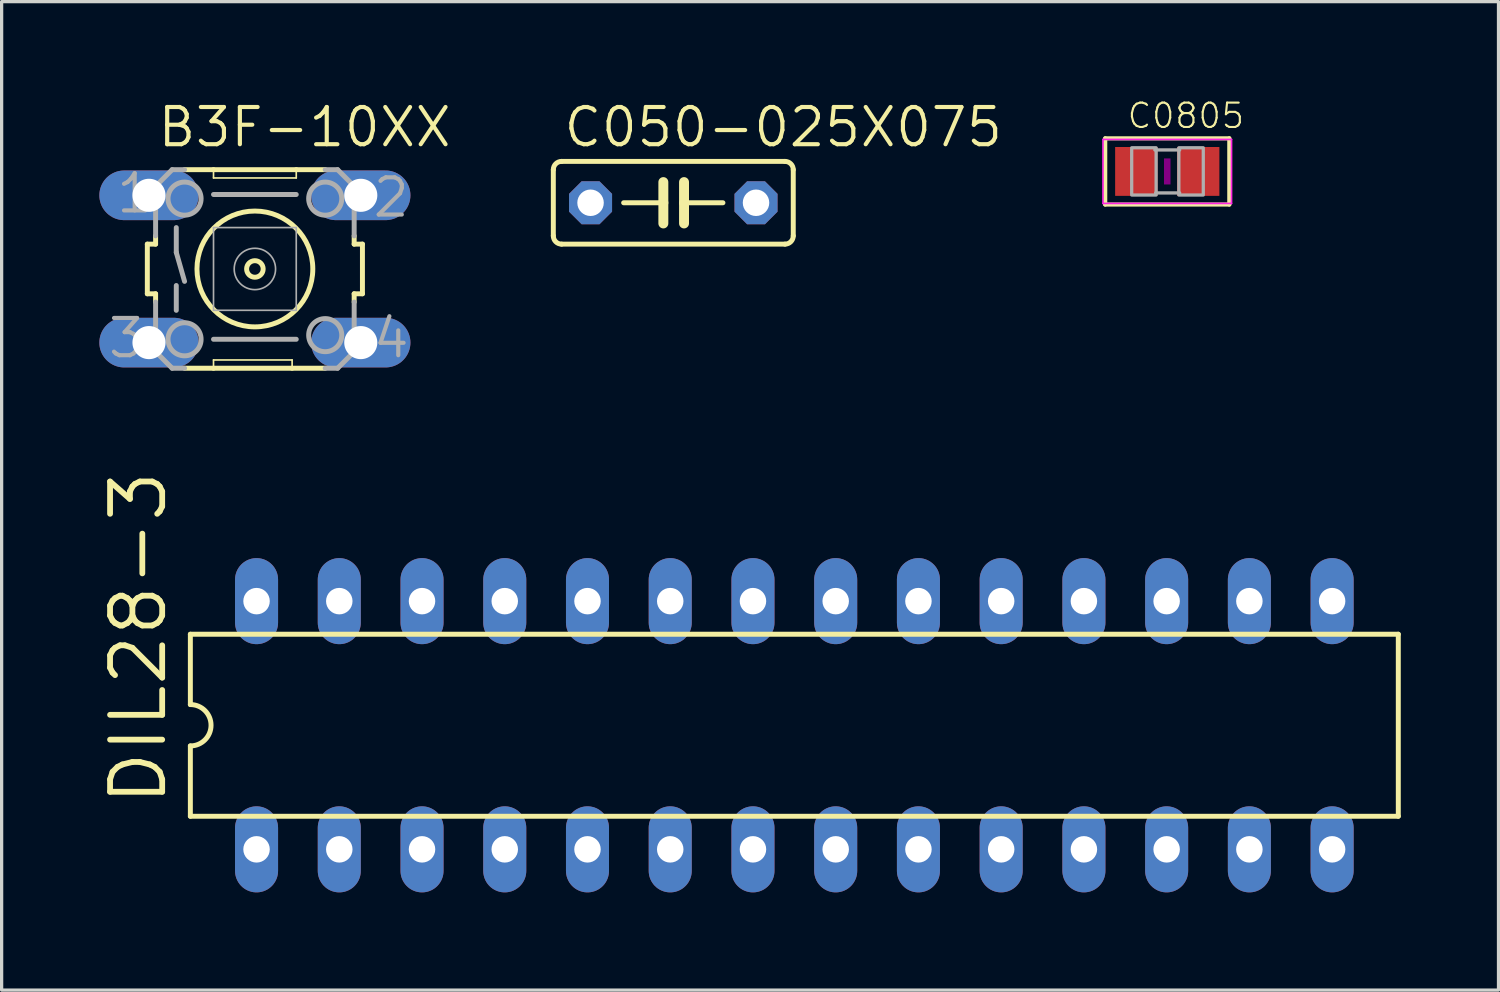
<source format=kicad_pcb>
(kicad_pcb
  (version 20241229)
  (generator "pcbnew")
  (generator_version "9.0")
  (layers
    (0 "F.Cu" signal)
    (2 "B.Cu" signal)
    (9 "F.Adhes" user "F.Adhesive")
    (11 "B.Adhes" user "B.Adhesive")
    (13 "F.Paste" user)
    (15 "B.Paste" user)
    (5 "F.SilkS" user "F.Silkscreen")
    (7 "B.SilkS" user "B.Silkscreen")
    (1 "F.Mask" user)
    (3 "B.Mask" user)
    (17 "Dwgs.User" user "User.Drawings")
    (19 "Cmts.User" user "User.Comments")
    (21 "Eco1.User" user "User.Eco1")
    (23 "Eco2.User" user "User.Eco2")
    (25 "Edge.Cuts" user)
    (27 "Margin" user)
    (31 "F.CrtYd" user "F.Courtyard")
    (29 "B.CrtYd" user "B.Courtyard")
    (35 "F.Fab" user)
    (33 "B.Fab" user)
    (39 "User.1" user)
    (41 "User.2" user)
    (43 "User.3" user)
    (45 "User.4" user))
  (footprint "B3F-10XX"
    (layer "F.Cu")
    (at 4.775 5.207)
    (property "Reference" "B3F-10XX" (at -3.048 -3.683 0) (layer "F.SilkS") (effects (font (size 1.143 1.143) (thickness 0.127)) (justify left bottom)))
    (fp_line (start -3.302 -0.762) (end -3.302 0.762) (stroke (width 0.152) (type solid)) (layer "F.SilkS"))
    (fp_line (start -3.302 -0.762) (end -3.048 -0.762) (stroke (width 0.152) (type solid)) (layer "F.SilkS"))
    (fp_line (start -3.048 -0.762) (end -3.048 -1.016) (stroke (width 0.152) (type solid)) (layer "F.SilkS"))
    (fp_line (start -3.048 0.762) (end -3.302 0.762) (stroke (width 0.152) (type solid)) (layer "F.SilkS"))
    (fp_line (start -3.048 0.762) (end -3.048 1.016) (stroke (width 0.152) (type solid)) (layer "F.SilkS"))
    (fp_line (start -2.159 3.048) (end -1.27 3.048) (stroke (width 0.152) (type solid)) (layer "F.SilkS"))
    (fp_line (start -1.27 -3.048) (end -2.159 -3.048) (stroke (width 0.152) (type solid)) (layer "F.SilkS"))
    (fp_line (start -1.27 -3.048) (end -1.27 -2.794) (stroke (width 0.051) (type solid)) (layer "F.SilkS"))
    (fp_line (start -1.27 2.794) (end -1.27 3.048) (stroke (width 0.051) (type solid)) (layer "F.SilkS"))
    (fp_line (start -1.27 3.048) (end 1.143 3.048) (stroke (width 0.152) (type solid)) (layer "F.SilkS"))
    (fp_line (start 1.143 2.794) (end -1.27 2.794) (stroke (width 0.051) (type solid)) (layer "F.SilkS"))
    (fp_line (start 1.143 2.794) (end 1.143 3.048) (stroke (width 0.051) (type solid)) (layer "F.SilkS"))
    (fp_line (start 1.143 3.048) (end 2.159 3.048) (stroke (width 0.152) (type solid)) (layer "F.SilkS"))
    (fp_line (start 1.27 -3.048) (end -1.27 -3.048) (stroke (width 0.152) (type solid)) (layer "F.SilkS"))
    (fp_line (start 1.27 -2.794) (end -1.27 -2.794) (stroke (width 0.051) (type solid)) (layer "F.SilkS"))
    (fp_line (start 1.27 -2.794) (end 1.27 -3.048) (stroke (width 0.051) (type solid)) (layer "F.SilkS"))
    (fp_line (start 2.159 -3.048) (end 1.27 -3.048) (stroke (width 0.152) (type solid)) (layer "F.SilkS"))
    (fp_line (start 3.048 -0.762) (end 3.048 -1.016) (stroke (width 0.152) (type solid)) (layer "F.SilkS"))
    (fp_line (start 3.048 -0.762) (end 3.302 -0.762) (stroke (width 0.152) (type solid)) (layer "F.SilkS"))
    (fp_line (start 3.048 0.762) (end 3.048 1.016) (stroke (width 0.152) (type solid)) (layer "F.SilkS"))
    (fp_line (start 3.302 0.762) (end 3.048 0.762) (stroke (width 0.152) (type solid)) (layer "F.SilkS"))
    (fp_line (start 3.302 0.762) (end 3.302 -0.762) (stroke (width 0.152) (type solid)) (layer "F.SilkS"))
    (fp_circle (center 0 0) (end 0.254 0) (stroke (width 0.152) (type solid)) (fill no) (layer "F.SilkS"))
    (fp_circle (center 0 0) (end 1.778 0) (stroke (width 0.152) (type solid)) (fill no) (layer "F.SilkS"))
    (fp_line (start -3.048 -2.54) (end -3.048 -1.016) (stroke (width 0.152) (type solid)) (layer "F.Fab"))
    (fp_line (start -3.048 2.54) (end -3.048 1.016) (stroke (width 0.152) (type solid)) (layer "F.Fab"))
    (fp_line (start -2.54 -3.048) (end -3.048 -2.54) (stroke (width 0.152) (type solid)) (layer "F.Fab"))
    (fp_line (start -2.54 -3.048) (end -2.159 -3.048) (stroke (width 0.152) (type solid)) (layer "F.Fab"))
    (fp_line (start -2.54 3.048) (end -3.048 2.54) (stroke (width 0.152) (type solid)) (layer "F.Fab"))
    (fp_line (start -2.54 3.048) (end -2.159 3.048) (stroke (width 0.152) (type solid)) (layer "F.Fab"))
    (fp_line (start -2.413 -1.27) (end -2.413 -0.508) (stroke (width 0.152) (type solid)) (layer "F.Fab"))
    (fp_line (start -2.413 -0.508) (end -2.159 0.381) (stroke (width 0.152) (type solid)) (layer "F.Fab"))
    (fp_line (start -2.413 0.508) (end -2.413 1.27) (stroke (width 0.152) (type solid)) (layer "F.Fab"))
    (fp_line (start -1.27 -1.27) (end -1.27 1.27) (stroke (width 0.051) (type solid)) (layer "F.Fab"))
    (fp_line (start -1.27 -1.27) (end 1.27 -1.27) (stroke (width 0.051) (type solid)) (layer "F.Fab"))
    (fp_line (start -1.27 2.159) (end 1.27 2.159) (stroke (width 0.152) (type solid)) (layer "F.Fab"))
    (fp_line (start 1.27 -2.286) (end -1.27 -2.286) (stroke (width 0.152) (type solid)) (layer "F.Fab"))
    (fp_line (start 1.27 1.27) (end -1.27 1.27) (stroke (width 0.051) (type solid)) (layer "F.Fab"))
    (fp_line (start 1.27 1.27) (end 1.27 -1.27) (stroke (width 0.051) (type solid)) (layer "F.Fab"))
    (fp_line (start 2.54 -3.048) (end 2.159 -3.048) (stroke (width 0.152) (type solid)) (layer "F.Fab"))
    (fp_line (start 2.54 3.048) (end 2.159 3.048) (stroke (width 0.152) (type solid)) (layer "F.Fab"))
    (fp_line (start 2.54 3.048) (end 3.048 2.54) (stroke (width 0.152) (type solid)) (layer "F.Fab"))
    (fp_line (start 3.048 -2.54) (end 2.54 -3.048) (stroke (width 0.152) (type solid)) (layer "F.Fab"))
    (fp_line (start 3.048 -1.016) (end 3.048 -2.54) (stroke (width 0.152) (type solid)) (layer "F.Fab"))
    (fp_line (start 3.048 2.54) (end 3.048 1.016) (stroke (width 0.152) (type solid)) (layer "F.Fab"))
    (fp_circle (center -2.159 -2.159) (end -1.651 -2.159) (stroke (width 0.152) (type solid)) (fill no) (layer "F.Fab"))
    (fp_circle (center -2.159 2.159) (end -1.651 2.159) (stroke (width 0.152) (type solid)) (fill no) (layer "F.Fab"))
    (fp_circle (center 0 0) (end 0.635 0) (stroke (width 0.051) (type solid)) (fill no) (layer "F.Fab"))
    (fp_circle (center 2.159 -2.159) (end 2.667 -2.159) (stroke (width 0.152) (type solid)) (fill no) (layer "F.Fab"))
    (fp_circle (center 2.159 2.032) (end 2.667 2.032) (stroke (width 0.152) (type solid)) (fill no) (layer "F.Fab"))
    (fp_text user "1" (at -4.318 -1.651 0) (layer "F.Fab") (effects (font (size 1.143 1.143) (thickness 0.127)) (justify left bottom)))
    (fp_text user "4" (at 3.556 2.794 0) (layer "F.Fab") (effects (font (size 1.143 1.143) (thickness 0.127)) (justify left bottom)))
    (fp_text user "2" (at 3.556 -1.524 0) (layer "F.Fab") (effects (font (size 1.143 1.143) (thickness 0.127)) (justify left bottom)))
    (fp_text user "3" (at -4.572 2.794 0) (layer "F.Fab") (effects (font (size 1.143 1.143) (thickness 0.127)) (justify left bottom)))
    (pad "1" thru_hole oval (at -3.251 -2.261) (size 3.048 1.524) (drill 1.016) (layers "*.Cu" "*.Mask"))
    (pad "2" thru_hole oval (at 3.251 -2.261) (size 3.048 1.524) (drill 1.016) (layers "*.Cu" "*.Mask"))
    (pad "3" thru_hole oval (at -3.251 2.261) (size 3.048 1.524) (drill 1.016) (layers "*.Cu" "*.Mask"))
    (pad "4" thru_hole oval (at 3.251 2.261) (size 3.048 1.524) (drill 1.016) (layers "*.Cu" "*.Mask")))
  (footprint "C0805"
    (layer "F.Cu")
    (at 32.785 2.213)
    (property "Reference" "C0805" (at -1.27 -1.27 0) (layer "F.SilkS") (effects (font (size 0.748 0.748) (thickness 0.065)) (justify left bottom)))
    (fp_line (start -1.905 -1.016) (end 1.905 -1.016) (stroke (width 0.127) (type solid)) (layer "F.SilkS"))
    (fp_line (start -1.905 1.016) (end -1.905 -1.016) (stroke (width 0.127) (type solid)) (layer "F.SilkS"))
    (fp_line (start 1.905 -1.016) (end 1.905 1.016) (stroke (width 0.127) (type solid)) (layer "F.SilkS"))
    (fp_line (start 1.905 1.016) (end -1.905 1.016) (stroke (width 0.127) (type solid)) (layer "F.SilkS"))
    (fp_poly (pts (xy -0.1 0.4) (xy 0.1 0.4) (xy 0.1 -0.4) (xy -0.1 -0.4)) (stroke (width 0) (type default)) (fill yes) (layer "F.Adhes"))
    (fp_line (start -1.973 -0.983) (end 1.973 -0.983) (stroke (width 0.051) (type solid)) (layer "F.CrtYd"))
    (fp_line (start -1.973 0.983) (end -1.973 -0.983) (stroke (width 0.051) (type solid)) (layer "F.CrtYd"))
    (fp_line (start 1.973 -0.983) (end 1.973 0.983) (stroke (width 0.051) (type solid)) (layer "F.CrtYd"))
    (fp_line (start 1.973 0.983) (end -1.973 0.983) (stroke (width 0.051) (type solid)) (layer "F.CrtYd"))
    (fp_line (start -0.381 -0.66) (end 0.381 -0.66) (stroke (width 0.102) (type solid)) (layer "F.Fab"))
    (fp_line (start -0.356 0.66) (end 0.381 0.66) (stroke (width 0.102) (type solid)) (layer "F.Fab"))
    (fp_poly (pts (xy -1.092 0.724) (xy -0.342 0.724) (xy -0.342 -0.726) (xy -1.092 -0.726)) (stroke (width 0.1) (type default)) (fill no) (layer "F.Fab"))
    (fp_poly (pts (xy 0.356 0.724) (xy 1.106 0.724) (xy 1.106 -0.726) (xy 0.356 -0.726)) (stroke (width 0.1) (type default)) (fill no) (layer "F.Fab"))
    (pad "1" smd rect (at -0.95 0) (size 1.3 1.5) (layers "F.Cu" "F.Mask" "F.Paste"))
    (pad "2" smd rect (at 0.95 0) (size 1.3 1.5) (layers "F.Cu" "F.Mask" "F.Paste")))
  (footprint "DIL28-3"
    (layer "F.Cu")
    (at 21.336 19.215)
    (property "Reference" "DIL28-3" (at -19.202 2.54 90) (layer "F.SilkS") (effects (font (size 1.6 1.6) (thickness 0.178)) (justify left bottom)))
    (fp_line (start -18.542 -2.794) (end -18.542 -0.635) (stroke (width 0.152) (type solid)) (layer "F.SilkS"))
    (fp_line (start -18.542 -2.794) (end 18.542 -2.794) (stroke (width 0.152) (type solid)) (layer "F.SilkS"))
    (fp_line (start -18.542 0.635) (end -18.542 2.794) (stroke (width 0.152) (type solid)) (layer "F.SilkS"))
    (fp_line (start -18.542 2.794) (end 18.542 2.794) (stroke (width 0.152) (type solid)) (layer "F.SilkS"))
    (fp_line (start 18.542 -2.794) (end 18.542 2.794) (stroke (width 0.152) (type solid)) (layer "F.SilkS"))
    (fp_arc (start -18.542 -0.635) (mid -17.907 0) (end -18.542 0.635) (stroke (width 0.1524) (type solid)) (layer "F.SilkS"))
    (pad "1" thru_hole oval (at -16.51 3.81 90) (size 2.642 1.321) (drill 0.813) (layers "*.Cu" "*.Mask"))
    (pad "2" thru_hole oval (at -13.97 3.81 90) (size 2.642 1.321) (drill 0.813) (layers "*.Cu" "*.Mask"))
    (pad "3" thru_hole oval (at -11.43 3.81 90) (size 2.642 1.321) (drill 0.813) (layers "*.Cu" "*.Mask"))
    (pad "4" thru_hole oval (at -8.89 3.81 90) (size 2.642 1.321) (drill 0.813) (layers "*.Cu" "*.Mask"))
    (pad "5" thru_hole oval (at -6.35 3.81 90) (size 2.642 1.321) (drill 0.813) (layers "*.Cu" "*.Mask"))
    (pad "6" thru_hole oval (at -3.81 3.81 90) (size 2.642 1.321) (drill 0.813) (layers "*.Cu" "*.Mask"))
    (pad "7" thru_hole oval (at -1.27 3.81 90) (size 2.642 1.321) (drill 0.813) (layers "*.Cu" "*.Mask"))
    (pad "8" thru_hole oval (at 1.27 3.81 90) (size 2.642 1.321) (drill 0.813) (layers "*.Cu" "*.Mask"))
    (pad "9" thru_hole oval (at 3.81 3.81 90) (size 2.642 1.321) (drill 0.813) (layers "*.Cu" "*.Mask"))
    (pad "10" thru_hole oval (at 6.35 3.81 90) (size 2.642 1.321) (drill 0.813) (layers "*.Cu" "*.Mask"))
    (pad "11" thru_hole oval (at 8.89 3.81 90) (size 2.642 1.321) (drill 0.813) (layers "*.Cu" "*.Mask"))
    (pad "12" thru_hole oval (at 11.43 3.81 90) (size 2.642 1.321) (drill 0.813) (layers "*.Cu" "*.Mask"))
    (pad "13" thru_hole oval (at 13.97 3.81 90) (size 2.642 1.321) (drill 0.813) (layers "*.Cu" "*.Mask"))
    (pad "14" thru_hole oval (at 16.51 3.81 90) (size 2.642 1.321) (drill 0.813) (layers "*.Cu" "*.Mask"))
    (pad "15" thru_hole oval (at 16.51 -3.81 90) (size 2.642 1.321) (drill 0.813) (layers "*.Cu" "*.Mask"))
    (pad "16" thru_hole oval (at 13.97 -3.81 90) (size 2.642 1.321) (drill 0.813) (layers "*.Cu" "*.Mask"))
    (pad "17" thru_hole oval (at 11.43 -3.81 90) (size 2.642 1.321) (drill 0.813) (layers "*.Cu" "*.Mask"))
    (pad "18" thru_hole oval (at 8.89 -3.81 90) (size 2.642 1.321) (drill 0.813) (layers "*.Cu" "*.Mask"))
    (pad "19" thru_hole oval (at 6.35 -3.81 90) (size 2.642 1.321) (drill 0.813) (layers "*.Cu" "*.Mask"))
    (pad "20" thru_hole oval (at 3.81 -3.81 90) (size 2.642 1.321) (drill 0.813) (layers "*.Cu" "*.Mask"))
    (pad "21" thru_hole oval (at 1.27 -3.81 90) (size 2.642 1.321) (drill 0.813) (layers "*.Cu" "*.Mask"))
    (pad "22" thru_hole oval (at -1.27 -3.81 90) (size 2.642 1.321) (drill 0.813) (layers "*.Cu" "*.Mask"))
    (pad "23" thru_hole oval (at -3.81 -3.81 90) (size 2.642 1.321) (drill 0.813) (layers "*.Cu" "*.Mask"))
    (pad "24" thru_hole oval (at -6.35 -3.81 90) (size 2.642 1.321) (drill 0.813) (layers "*.Cu" "*.Mask"))
    (pad "25" thru_hole oval (at -8.89 -3.81 90) (size 2.642 1.321) (drill 0.813) (layers "*.Cu" "*.Mask"))
    (pad "26" thru_hole oval (at -11.43 -3.81 90) (size 2.642 1.321) (drill 0.813) (layers "*.Cu" "*.Mask"))
    (pad "27" thru_hole oval (at -13.97 -3.81 90) (size 2.642 1.321) (drill 0.813) (layers "*.Cu" "*.Mask"))
    (pad "28" thru_hole oval (at -16.51 -3.81 90) (size 2.642 1.321) (drill 0.813) (layers "*.Cu" "*.Mask")))
  (footprint "C050-025X075"
    (layer "F.Cu")
    (at 17.62 3.175)
    (property "Reference" "C050-025X075" (at -3.429 -1.651 0) (layer "F.SilkS") (effects (font (size 1.143 1.143) (thickness 0.127)) (justify left bottom)))
    (fp_line (start -3.683 -1.016) (end -3.683 1.016) (stroke (width 0.152) (type solid)) (layer "F.SilkS"))
    (fp_line (start -3.429 1.27) (end 3.429 1.27) (stroke (width 0.152) (type solid)) (layer "F.SilkS"))
    (fp_line (start -0.305 -0.635) (end -0.305 0) (stroke (width 0.305) (type solid)) (layer "F.SilkS"))
    (fp_line (start -0.305 0) (end -1.524 0) (stroke (width 0.152) (type solid)) (layer "F.SilkS"))
    (fp_line (start -0.305 0) (end -0.305 0.635) (stroke (width 0.305) (type solid)) (layer "F.SilkS"))
    (fp_line (start 0.33 -0.635) (end 0.33 0) (stroke (width 0.305) (type solid)) (layer "F.SilkS"))
    (fp_line (start 0.33 0) (end 0.33 0.635) (stroke (width 0.305) (type solid)) (layer "F.SilkS"))
    (fp_line (start 0.33 0) (end 1.524 0) (stroke (width 0.152) (type solid)) (layer "F.SilkS"))
    (fp_line (start 3.429 -1.27) (end -3.429 -1.27) (stroke (width 0.152) (type solid)) (layer "F.SilkS"))
    (fp_line (start 3.683 1.016) (end 3.683 -1.016) (stroke (width 0.152) (type solid)) (layer "F.SilkS"))
    (fp_arc (start -3.683 -1.016) (mid -3.608605 -1.195605) (end -3.429 -1.27) (stroke (width 0.1524) (type solid)) (layer "F.SilkS"))
    (fp_arc (start -3.429 1.27) (mid -3.608605 1.195605) (end -3.683 1.016) (stroke (width 0.1524) (type solid)) (layer "F.SilkS"))
    (fp_arc (start 3.429 -1.27) (mid 3.608605 -1.195605) (end 3.683 -1.016) (stroke (width 0.1524) (type solid)) (layer "F.SilkS"))
    (fp_arc (start 3.683 1.016) (mid 3.608605 1.195605) (end 3.429 1.27) (stroke (width 0.1524) (type solid)) (layer "F.SilkS"))
    (pad "1" thru_hole roundrect (at -2.54 0) (size 1.321 1.321) (drill 0.813) (layers "*.Cu" "*.Mask") (roundrect_rratio 0.25) (chamfer_ratio 0.293) (chamfer top_left top_right bottom_left bottom_right))
    (pad "2" thru_hole roundrect (at 2.54 0) (size 1.321 1.321) (drill 0.813) (layers "*.Cu" "*.Mask") (roundrect_rratio 0.25) (chamfer_ratio 0.293) (chamfer top_left top_right bottom_left bottom_right)))
  (gr_rect
    (start -3 -3)
    (end 42.954 27.346)
    (stroke (width 0.1) (type default))
    (fill no)
    (layer "Edge.Cuts")))
</source>
